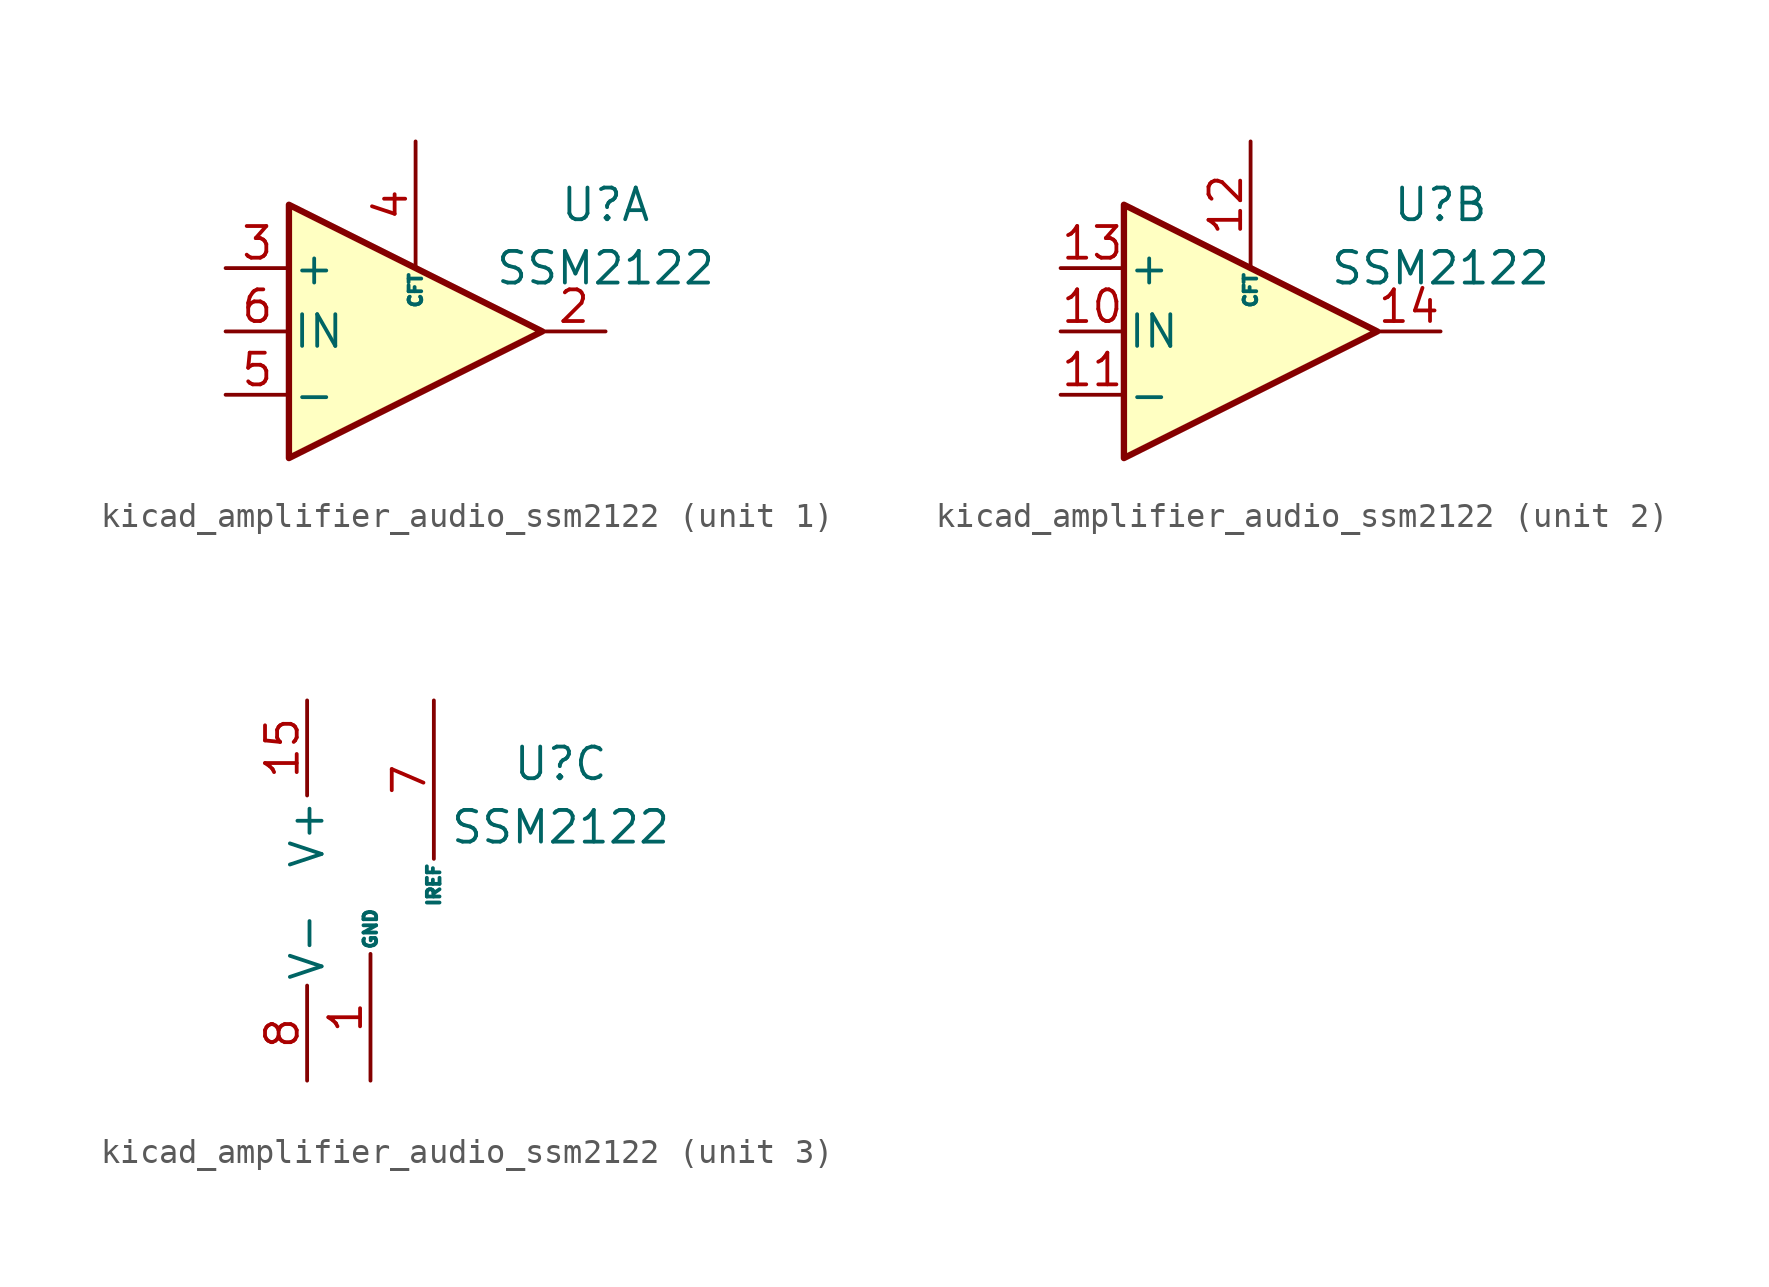
<source format=kicad_sym>
(kicad_symbol_lib
  (version 20220914)
  (generator kicad_symbol_editor)
  (symbol "kicad_amplifier_audio_ssm2122"
    (pin_names
      (offset 0.127))
    (property "Reference" "U"
      (at 7.62 5.08 0)
      (effects (font (size 1.27 1.27))))
    (property "Value" "SSM2122"
      (at 7.62 2.54 0)
      (effects (font (size 1.27 1.27))))
    (property "ki_locked" ""
      (at 0 0 0)
      (effects (font (size 1.27 1.27))))
    (symbol "kicad_amplifier_audio_ssm2122_1_1"
      (polyline (pts (xy -5.08 5.08) (xy 5.08 0) (xy -5.08 -5.08) (xy -5.08 5.08)) (stroke (width 0.254) (type default)) (fill (type background)))
      (pin output line (at 7.62 0 180) (length 2.54) (name "~" (effects (font (size 1.27 1.27)))) (number "2" (effects (font (size 1.27 1.27)))))
      (pin input line (at -7.62 2.54 0) (length 2.54) (name "+" (effects (font (size 1.27 1.27)))) (number "3" (effects (font (size 1.27 1.27)))))
      (pin input line (at 0 7.62 270) (length 5.08) (name "CFT" (effects (font (size 0.508 0.508)))) (number "4" (effects (font (size 1.27 1.27)))))
      (pin input line (at -7.62 -2.54 0) (length 2.54) (name "-" (effects (font (size 1.27 1.27)))) (number "5" (effects (font (size 1.27 1.27)))))
      (pin input line (at -7.62 0 0) (length 2.54) (name "IN" (effects (font (size 1.27 1.27)))) (number "6" (effects (font (size 1.27 1.27))))))
    (symbol "kicad_amplifier_audio_ssm2122_2_1"
      (polyline (pts (xy -5.08 5.08) (xy 5.08 0) (xy -5.08 -5.08) (xy -5.08 5.08)) (stroke (width 0.254) (type default)) (fill (type background)))
      (pin input line (at -7.62 0 0) (length 2.54) (name "IN" (effects (font (size 1.27 1.27)))) (number "10" (effects (font (size 1.27 1.27)))))
      (pin input line (at -7.62 -2.54 0) (length 2.54) (name "-" (effects (font (size 1.27 1.27)))) (number "11" (effects (font (size 1.27 1.27)))))
      (pin input line (at 0 7.62 270) (length 5.08) (name "CFT" (effects (font (size 0.508 0.508)))) (number "12" (effects (font (size 1.27 1.27)))))
      (pin input line (at -7.62 2.54 0) (length 2.54) (name "+" (effects (font (size 1.27 1.27)))) (number "13" (effects (font (size 1.27 1.27)))))
      (pin output line (at 7.62 0 180) (length 2.54) (name "~" (effects (font (size 1.27 1.27)))) (number "14" (effects (font (size 1.27 1.27))))))
    (symbol "kicad_amplifier_audio_ssm2122_3_0"
      (pin power_in line (at 0 -7.62 90) (length 5.08) (name "GND" (effects (font (size 0.508 0.508)))) (number "1" (effects (font (size 1.27 1.27)))))
      (pin power_in line (at -2.54 7.62 270) (length 3.81) (name "V+" (effects (font (size 1.27 1.27)))) (number "15" (effects (font (size 1.27 1.27)))))
      (pin passive line (at 0 -7.62 90) (length 5.08) hide (name "GND" (effects (font (size 0.508 0.508)))) (number "16" (effects (font (size 1.27 1.27)))))
      (pin input line (at 2.54 7.62 270) (length 6.35) (name "IREF" (effects (font (size 0.508 0.508)))) (number "7" (effects (font (size 1.27 1.27)))))
      (pin power_in line (at -2.54 -7.62 90) (length 3.81) (name "V-" (effects (font (size 1.27 1.27)))) (number "8" (effects (font (size 1.27 1.27)))))
      (pin passive line (at 0 -7.62 90) (length 5.08) hide (name "GND" (effects (font (size 0.508 0.508)))) (number "9" (effects (font (size 1.27 1.27))))))))
</source>
